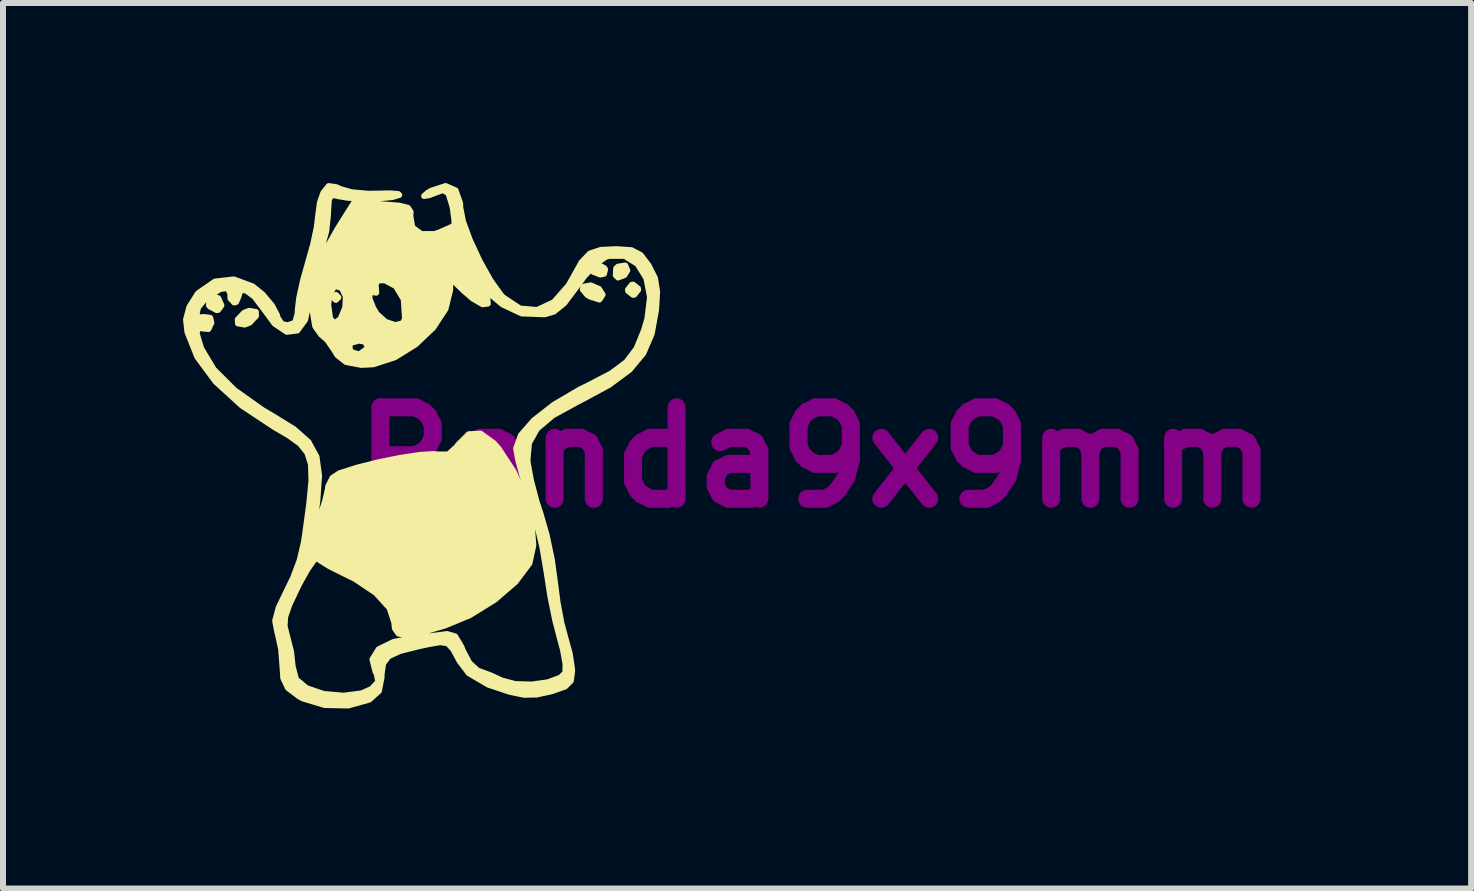
<source format=kicad_pcb>
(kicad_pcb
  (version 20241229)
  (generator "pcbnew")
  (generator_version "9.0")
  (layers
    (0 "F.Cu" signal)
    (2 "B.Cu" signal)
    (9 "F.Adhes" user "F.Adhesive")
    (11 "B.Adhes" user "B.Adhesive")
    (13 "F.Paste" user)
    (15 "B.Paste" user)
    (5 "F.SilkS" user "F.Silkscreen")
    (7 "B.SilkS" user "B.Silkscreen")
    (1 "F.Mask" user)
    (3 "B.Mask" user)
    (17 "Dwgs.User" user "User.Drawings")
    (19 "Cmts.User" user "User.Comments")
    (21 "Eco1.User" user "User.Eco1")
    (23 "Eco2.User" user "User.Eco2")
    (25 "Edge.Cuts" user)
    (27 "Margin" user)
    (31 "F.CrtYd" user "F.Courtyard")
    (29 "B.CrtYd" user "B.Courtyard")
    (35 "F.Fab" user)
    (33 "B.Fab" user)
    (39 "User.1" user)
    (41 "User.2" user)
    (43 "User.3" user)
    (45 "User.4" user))
  (footprint "Panda9x9mm"
    (layer "F.Cu")
    (at 4.197 4.318)
    (property "Reference" "Panda9x9mm" (at 6.35 0.254 0) (layer "F.Adhes") (effects (font (size 1.524 1.524) (thickness 0.3))))
    (attr through_hole)
    (fp_poly (pts (xy -1.609 -2.413) (xy -1.651 -2.371) (xy -1.693 -2.413) (xy -1.651 -2.455) (xy -1.609 -2.413)) (stroke (width 0.1) (type solid)) (fill yes) (layer "F.SilkS"))
    (fp_poly (pts (xy 3.205 -2.861) (xy 3.158 -2.785) (xy 3.052 -2.744) (xy 3.014 -2.781) (xy 3.021 -2.895) (xy 3.052 -2.924) (xy 3.172 -2.943) (xy 3.205 -2.861)) (stroke (width 0.1) (type solid)) (fill yes) (layer "F.SilkS"))
    (fp_poly (pts (xy -3.558 -2.28) (xy -3.612 -2.204) (xy -3.636 -2.201) (xy -3.751 -2.263) (xy -3.764 -2.28) (xy -3.76 -2.381) (xy -3.67 -2.424) (xy -3.61 -2.397) (xy -3.558 -2.28)) (stroke (width 0.1) (type solid)) (fill yes) (layer "F.SilkS"))
    (fp_poly (pts (xy -2.982 -2.104) (xy -3.089 -1.991) (xy -3.171 -1.96) (xy -3.282 -1.979) (xy -3.284 -2.045) (xy -3.177 -2.157) (xy -3.095 -2.188) (xy -2.983 -2.17) (xy -2.982 -2.104)) (stroke (width 0.1) (type solid)) (fill yes) (layer "F.SilkS"))
    (fp_poly (pts (xy 2.794 -2.458) (xy 2.741 -2.377) (xy 2.586 -2.426) (xy 2.542 -2.452) (xy 2.464 -2.545) (xy 2.475 -2.588) (xy 2.596 -2.613) (xy 2.734 -2.553) (xy 2.794 -2.458)) (stroke (width 0.1) (type solid)) (fill yes) (layer "F.SilkS"))
    (fp_poly (pts (xy 2.836 -2.879) (xy 2.817 -2.806) (xy 2.757 -2.794) (xy 2.641 -2.838) (xy 2.625 -2.879) (xy 2.685 -2.961) (xy 2.704 -2.963) (xy 2.819 -2.902) (xy 2.836 -2.879)) (stroke (width 0.1) (type solid)) (fill yes) (layer "F.SilkS"))
    (fp_poly (pts (xy 3.387 -2.54) (xy 3.322 -2.458) (xy 3.302 -2.455) (xy 3.22 -2.52) (xy 3.217 -2.54) (xy 3.282 -2.622) (xy 3.302 -2.625) (xy 3.384 -2.56) (xy 3.387 -2.54)) (stroke (width 0.1) (type solid)) (fill yes) (layer "F.SilkS"))
    (fp_poly (pts (xy 3.703 -2.506) (xy 3.685 -2.207) (xy 3.612 -1.805) (xy 3.585 -1.742) (xy 3.585 -2.417) (xy 3.524 -2.733) (xy 3.376 -2.971) (xy 3.161 -3.104) (xy 2.897 -3.104) (xy 2.837 -3.084) (xy 2.68 -2.972) (xy 2.488 -2.765) (xy 2.354 -2.582) (xy 2.155 -2.316) (xy 1.982 -2.176) (xy 1.831 -2.131) (xy 1.446 -2.145) (xy 1.128 -2.295) (xy 1.019 -2.386) (xy 0.888 -2.496) (xy 0.854 -2.484) (xy 0.87 -2.431) (xy 0.881 -2.309) (xy 0.807 -2.3) (xy 0.807 -2.625) (xy 0.796 -2.692) (xy 0.722 -2.868) (xy 0.635 -3.048) (xy 0.511 -3.279) (xy 0.415 -3.433) (xy 0.378 -3.471) (xy 0.39 -3.404) (xy 0.463 -3.228) (xy 0.55 -3.048) (xy 0.674 -2.817) (xy 0.77 -2.663) (xy 0.807 -2.625) (xy 0.807 -2.3) (xy 0.793 -2.299) (xy 0.63 -2.394) (xy 0.491 -2.514) (xy 0.254 -2.741) (xy 0.254 -2.535) (xy 0.176 -2.221) (xy -0.029 -1.908) (xy -0.323 -1.629) (xy -0.498 -1.52) (xy -0.498 -2.053) (xy -0.519 -2.381) (xy -0.647 -2.595) (xy -0.657 -2.603) (xy -0.83 -2.696) (xy -0.957 -2.697) (xy -0.993 -2.609) (xy -0.984 -2.578) (xy -0.978 -2.491) (xy -1.017 -2.498) (xy -1.09 -2.499) (xy -1.091 -2.394) (xy -1.027 -2.231) (xy -0.969 -2.136) (xy -0.823 -2.004) (xy -0.659 -1.95) (xy -0.532 -1.982) (xy -0.498 -2.053) (xy -0.498 -1.52) (xy -0.669 -1.414) (xy -1.027 -1.298) (xy -1.12 -1.293) (xy -1.12 -1.593) (xy -1.162 -1.673) (xy -1.263 -1.693) (xy -1.415 -1.652) (xy -1.424 -1.549) (xy -1.381 -1.494) (xy -1.255 -1.462) (xy -1.139 -1.551) (xy -1.12 -1.593) (xy -1.12 -1.293) (xy -1.226 -1.288) (xy -1.479 -1.335) (xy -1.484 -1.339) (xy -1.484 -2.428) (xy -1.547 -2.565) (xy -1.653 -2.602) (xy -1.684 -2.588) (xy -1.753 -2.468) (xy -1.778 -2.295) (xy -1.747 -2.059) (xy -1.67 -1.977) (xy -1.572 -2.055) (xy -1.493 -2.244) (xy -1.484 -2.428) (xy -1.484 -1.339) (xy -1.625 -1.45) (xy -1.664 -1.517) (xy -1.79 -1.701) (xy -1.899 -1.797) (xy -1.995 -1.933) (xy -2.042 -2.217) (xy -2.047 -2.311) (xy -2.062 -2.752) (xy -2.093 -2.371) (xy -2.163 -2.039) (xy -2.293 -1.861) (xy -2.468 -1.839) (xy -2.671 -1.976) (xy -2.866 -2.241) (xy -3.006 -2.425) (xy -3.143 -2.528) (xy -3.244 -2.536) (xy -3.271 -2.434) (xy -3.313 -2.336) (xy -3.344 -2.328) (xy -3.407 -2.396) (xy -3.409 -2.473) (xy -3.446 -2.568) (xy -3.576 -2.554) (xy -3.771 -2.436) (xy -3.831 -2.387) (xy -3.947 -2.246) (xy -3.975 -2.125) (xy -3.913 -2.073) (xy -3.852 -2.086) (xy -3.745 -2.072) (xy -3.725 -1.99) (xy -3.774 -1.886) (xy -3.852 -1.893) (xy -3.953 -1.904) (xy -3.97 -1.81) (xy -3.904 -1.591) (xy -3.889 -1.551) (xy -3.686 -1.212) (xy -3.339 -0.866) (xy -2.87 -0.533) (xy -2.726 -0.449) (xy -2.352 -0.219) (xy -2.107 -0.002) (xy -1.973 0.244) (xy -1.93 0.558) (xy -1.96 0.982) (xy -1.981 1.143) (xy -2.04 1.566) (xy -1.91 1.228) (xy -1.828 0.98) (xy -1.782 0.778) (xy -1.779 0.739) (xy -1.707 0.596) (xy -1.587 0.517) (xy -1.294 0.424) (xy -0.94 0.335) (xy -0.577 0.262) (xy -0.253 0.213) (xy -0.019 0.198) (xy 0.044 0.205) (xy 0.224 0.205) (xy 0.367 0.075) (xy 0.388 0.043) (xy 0.565 -0.132) (xy 0.761 -0.142) (xy 0.98 0.016) (xy 1.067 0.116) (xy 1.313 0.494) (xy 1.498 0.917) (xy 1.611 1.34) (xy 1.64 1.721) (xy 1.575 2.016) (xy 1.571 2.023) (xy 1.342 2.328) (xy 0.995 2.627) (xy 0.579 2.884) (xy 0.164 3.056) (xy -0.215 3.166) (xy -0.463 3.211) (xy -0.605 3.19) (xy -0.667 3.102) (xy -0.677 3.002) (xy -0.757 2.76) (xy -0.983 2.512) (xy -1.334 2.277) (xy -1.523 2.184) (xy -1.755 2.068) (xy -1.917 1.967) (xy -1.956 1.931) (xy -2.014 1.961) (xy -2.122 2.114) (xy -2.258 2.357) (xy -2.282 2.405) (xy -2.425 2.707) (xy -2.496 2.912) (xy -2.505 3.069) (xy -2.464 3.228) (xy -2.396 3.497) (xy -2.371 3.735) (xy -2.314 3.954) (xy -2.138 4.1) (xy -1.852 4.196) (xy -1.522 4.225) (xy -1.219 4.186) (xy -1.053 4.111) (xy -0.942 3.992) (xy -0.97 3.859) (xy -0.989 3.826) (xy -1.041 3.62) (xy -0.937 3.451) (xy -0.687 3.329) (xy -0.406 3.273) (xy -0.119 3.238) (xy 0.118 3.209) (xy 0.202 3.197) (xy 0.337 3.236) (xy 0.442 3.413) (xy 0.463 3.469) (xy 0.572 3.677) (xy 0.707 3.803) (xy 0.726 3.811) (xy 0.924 3.884) (xy 1.115 3.972) (xy 1.338 4.031) (xy 1.614 4.039) (xy 1.885 4.001) (xy 2.093 3.924) (xy 2.174 3.843) (xy 2.177 3.696) (xy 2.133 3.454) (xy 2.085 3.277) (xy 2.004 2.964) (xy 1.924 2.569) (xy 1.864 2.179) (xy 1.79 1.744) (xy 1.678 1.268) (xy 1.568 0.902) (xy 1.465 0.58) (xy 1.389 0.3) (xy 1.355 0.117) (xy 1.355 0.102) (xy 1.432 -0.114) (xy 1.648 -0.362) (xy 1.982 -0.623) (xy 2.41 -0.875) (xy 2.564 -0.951) (xy 2.939 -1.146) (xy 3.191 -1.334) (xy 3.36 -1.559) (xy 3.485 -1.865) (xy 3.54 -2.053) (xy 3.585 -2.417) (xy 3.585 -1.742) (xy 3.473 -1.482) (xy 3.245 -1.208) (xy 2.903 -0.955) (xy 2.422 -0.695) (xy 2.371 -0.67) (xy 1.963 -0.446) (xy 1.702 -0.226) (xy 1.568 0.012) (xy 1.542 0.294) (xy 1.548 0.354) (xy 1.602 0.645) (xy 1.695 0.996) (xy 1.763 1.203) (xy 1.863 1.551) (xy 1.95 1.968) (xy 1.996 2.304) (xy 2.043 2.666) (xy 2.107 3.01) (xy 2.171 3.249) (xy 2.247 3.526) (xy 2.285 3.782) (xy 2.286 3.817) (xy 2.265 3.976) (xy 2.17 4.071) (xy 1.957 4.146) (xy 1.933 4.153) (xy 1.694 4.205) (xy 1.485 4.209) (xy 1.245 4.159) (xy 0.915 4.049) (xy 0.889 4.04) (xy 0.564 3.849) (xy 0.41 3.645) (xy 0.305 3.45) (xy 0.216 3.352) (xy 0.089 3.332) (xy -0.128 3.37) (xy -0.262 3.399) (xy -0.584 3.48) (xy -0.773 3.567) (xy -0.863 3.688) (xy -0.889 3.872) (xy -0.889 3.917) (xy -0.933 4.145) (xy -1.091 4.287) (xy -1.101 4.292) (xy -1.445 4.388) (xy -1.839 4.379) (xy -2.201 4.27) (xy -2.265 4.234) (xy -2.45 4.094) (xy -2.527 3.929) (xy -2.54 3.732) (xy -2.562 3.45) (xy -2.616 3.2) (xy -2.624 3.176) (xy -2.662 2.977) (xy -2.603 2.758) (xy -2.547 2.641) (xy -2.366 2.268) (xy -2.253 1.968) (xy -2.183 1.669) (xy -2.161 1.524) (xy -2.092 1.013) (xy -2.057 0.639) (xy -2.065 0.37) (xy -2.125 0.176) (xy -2.245 0.026) (xy -2.435 -0.111) (xy -2.667 -0.246) (xy -3.217 -0.61) (xy -3.653 -1.008) (xy -3.96 -1.423) (xy -4.124 -1.837) (xy -4.147 -2.041) (xy -4.091 -2.253) (xy -3.954 -2.47) (xy -3.941 -2.485) (xy -3.664 -2.676) (xy -3.352 -2.712) (xy -3.038 -2.596) (xy -2.872 -2.462) (xy -2.715 -2.275) (xy -2.63 -2.113) (xy -2.625 -2.081) (xy -2.554 -1.97) (xy -2.455 -1.947) (xy -2.33 -1.989) (xy -2.287 -2.141) (xy -2.286 -2.194) (xy -2.261 -2.404) (xy -2.195 -2.704) (xy -2.118 -2.977) (xy -2.029 -3.295) (xy -1.968 -3.583) (xy -1.948 -3.752) (xy -1.916 -3.993) (xy -1.859 -4.155) (xy -1.769 -4.267) (xy -1.643 -4.249) (xy -1.584 -4.22) (xy -1.389 -4.164) (xy -1.111 -4.139) (xy -0.974 -4.141) (xy -0.743 -4.146) (xy -0.609 -4.134) (xy -0.595 -4.119) (xy -0.71 -4.084) (xy -0.932 -4.064) (xy -1.199 -4.06) (xy -1.449 -4.072) (xy -1.62 -4.101) (xy -1.63 -4.105) (xy -1.722 -4.121) (xy -1.767 -4.043) (xy -1.781 -3.835) (xy -1.781 -3.798) (xy -1.811 -3.513) (xy -1.882 -3.264) (xy -1.905 -3.217) (xy -1.995 -3.018) (xy -2.026 -2.879) (xy -1.998 -2.859) (xy -1.93 -2.972) (xy -1.912 -3.012) (xy -1.795 -3.247) (xy -1.636 -3.527) (xy -1.573 -3.63) (xy -1.347 -3.988) (xy -0.864 -3.962) (xy -0.591 -3.941) (xy -0.45 -3.905) (xy -0.405 -3.837) (xy -0.41 -3.772) (xy -0.377 -3.579) (xy -0.229 -3.468) (xy -0.009 -3.467) (xy 0.072 -3.494) (xy 0.242 -3.569) (xy 0.323 -3.607) (xy 0.326 -3.692) (xy 0.301 -3.881) (xy 0.291 -3.933) (xy 0.227 -4.145) (xy 0.139 -4.202) (xy 0.117 -4.196) (xy -0.098 -4.116) (xy -0.179 -4.102) (xy -0.116 -4.156) (xy -0.058 -4.191) (xy 0.179 -4.268) (xy 0.344 -4.195) (xy 0.42 -3.981) (xy 0.423 -3.905) (xy 0.468 -3.678) (xy 0.583 -3.365) (xy 0.743 -3.021) (xy 0.922 -2.7) (xy 1.096 -2.456) (xy 1.136 -2.413) (xy 1.415 -2.227) (xy 1.705 -2.202) (xy 1.983 -2.332) (xy 2.227 -2.61) (xy 2.297 -2.733) (xy 2.445 -2.998) (xy 2.583 -3.143) (xy 2.766 -3.204) (xy 3.028 -3.216) (xy 3.274 -3.199) (xy 3.428 -3.119) (xy 3.562 -2.942) (xy 3.667 -2.732) (xy 3.703 -2.506)) (stroke (width 0.1) (type solid)) (fill yes) (layer "F.SilkS")))
  (gr_rect
    (start -3 -3)
    (end 21.464 11.756)
    (stroke (width 0.1) (type default))
    (fill no)
    (layer "Edge.Cuts")))
</source>
